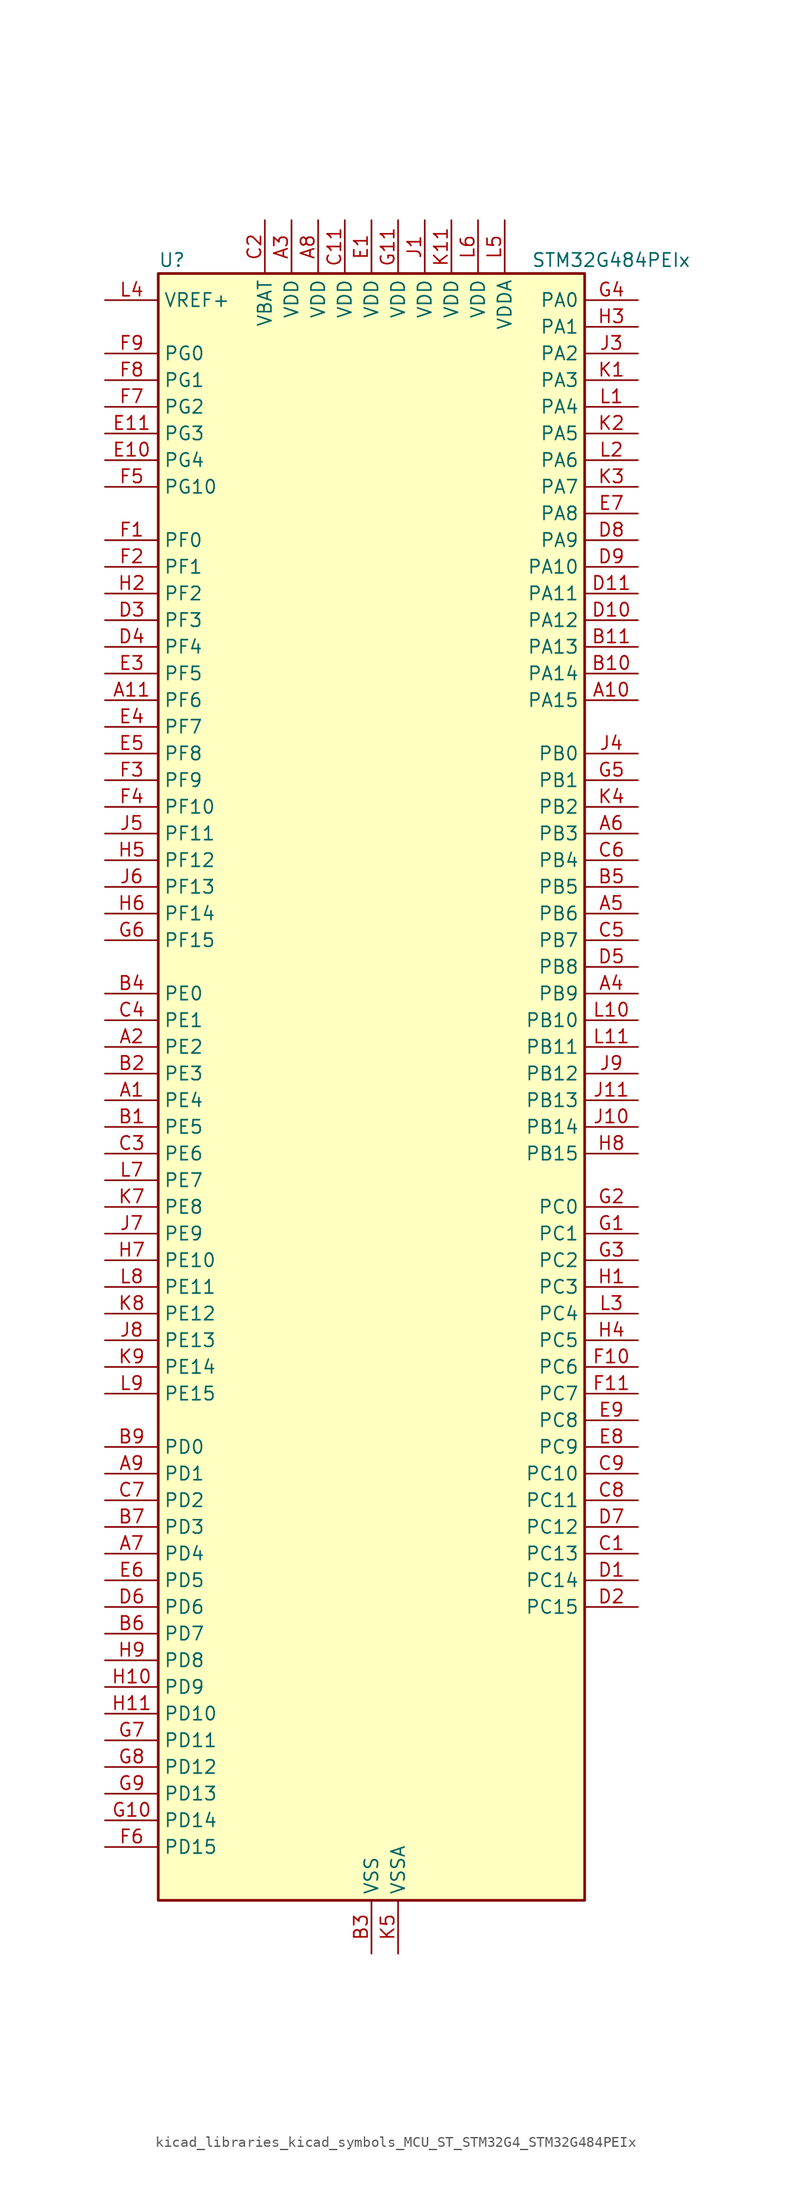
<source format=kicad_sym>
(kicad_symbol_lib
  (version 20220914)
  (generator kicad_symbol_editor)
  (symbol "kicad_libraries_kicad_symbols_MCU_ST_STM32G4_STM32G484PEIx"
    (property "Reference" "U"
      (at -20.32 80.01 0)
      (effects (font (size 1.27 1.27)) (justify left)))
    (property "Value" "STM32G484PEIx"
      (at 15.24 80.01 0)
      (effects (font (size 1.27 1.27)) (justify left)))
    (property "ki_locked" ""
      (at 0 0 0)
      (effects (font (size 1.27 1.27))))
    (symbol "kicad_libraries_kicad_symbols_MCU_ST_STM32G4_STM32G484PEIx_0_1"
      (rectangle (start -20.32 -76.2) (end 20.32 78.74) (stroke (width 0.254) (type default)) (fill (type background))))
    (symbol "kicad_libraries_kicad_symbols_MCU_ST_STM32G4_STM32G484PEIx_1_1"
      (pin bidirectional line (at -25.4 0 0) (length 5.08) (name "PE4" (effects (font (size 1.27 1.27)))) (number "A1" (effects (font (size 1.27 1.27)))) (alternate "FMC_A20" bidirectional line) (alternate "SAI1_D2" bidirectional line) (alternate "SAI1_FS_A" bidirectional line) (alternate "SPI4_NSS" bidirectional line) (alternate "SYS_TRACED1" bidirectional line) (alternate "TIM20_CH1N" bidirectional line) (alternate "TIM3_CH3" bidirectional line))
      (pin bidirectional line (at 25.4 38.1 180) (length 5.08) (name "PA15" (effects (font (size 1.27 1.27)))) (number "A10" (effects (font (size 1.27 1.27)))) (alternate "ADC1_EXTI15" bidirectional line) (alternate "ADC2_EXTI15" bidirectional line) (alternate "FDCAN3_TX" bidirectional line) (alternate "HRTIM1_FLT2" bidirectional line) (alternate "I2C1_SCL" bidirectional line) (alternate "I2S3_WS" bidirectional line) (alternate "SPI1_NSS" bidirectional line) (alternate "SPI3_NSS" bidirectional line) (alternate "SYS_JTDI" bidirectional line) (alternate "TIM1_BKIN" bidirectional line) (alternate "TIM2_CH1" bidirectional line) (alternate "TIM2_ETR" bidirectional line) (alternate "TIM8_CH1" bidirectional line) (alternate "UART4_DE" bidirectional line) (alternate "UART4_RTS" bidirectional line) (alternate "USART2_RX" bidirectional line))
      (pin bidirectional line (at -25.4 38.1 0) (length 5.08) (name "PF6" (effects (font (size 1.27 1.27)))) (number "A11" (effects (font (size 1.27 1.27)))) (alternate "I2C2_SCL" bidirectional line) (alternate "QUADSPI1_BK1_IO3" bidirectional line) (alternate "SAI1_SD_B" bidirectional line) (alternate "TIM4_CH4" bidirectional line) (alternate "TIM5_CH1" bidirectional line) (alternate "TIM5_ETR" bidirectional line) (alternate "USART3_RTS" bidirectional line))
      (pin bidirectional line (at -25.4 5.08 0) (length 5.08) (name "PE2" (effects (font (size 1.27 1.27)))) (number "A2" (effects (font (size 1.27 1.27)))) (alternate "ADC3_EXTI2" bidirectional line) (alternate "ADC4_EXTI2" bidirectional line) (alternate "ADC5_EXTI2" bidirectional line) (alternate "FMC_A23" bidirectional line) (alternate "SAI1_CK1" bidirectional line) (alternate "SAI1_MCLK_A" bidirectional line) (alternate "SPI4_SCK" bidirectional line) (alternate "SYS_TRACECLK" bidirectional line) (alternate "TIM20_CH1" bidirectional line) (alternate "TIM3_CH1" bidirectional line))
      (pin power_in line (at -7.62 83.82 270) (length 5.08) (name "VDD" (effects (font (size 1.27 1.27)))) (number "A3" (effects (font (size 1.27 1.27)))))
      (pin bidirectional line (at 25.4 10.16 180) (length 5.08) (name "PB9" (effects (font (size 1.27 1.27)))) (number "A4" (effects (font (size 1.27 1.27)))) (alternate "COMP2_OUT" bidirectional line) (alternate "DAC1_EXTI9" bidirectional line) (alternate "DAC2_EXTI9" bidirectional line) (alternate "DAC3_EXTI9" bidirectional line) (alternate "DAC4_EXTI9" bidirectional line) (alternate "FDCAN1_TX" bidirectional line) (alternate "HRTIM1_EEV5" bidirectional line) (alternate "I2C1_SDA" bidirectional line) (alternate "IR_OUT" bidirectional line) (alternate "SAI1_D2" bidirectional line) (alternate "SAI1_FS_A" bidirectional line) (alternate "TIM17_CH1" bidirectional line) (alternate "TIM1_CH3N" bidirectional line) (alternate "TIM4_CH4" bidirectional line) (alternate "TIM8_CH3" bidirectional line) (alternate "USART3_TX" bidirectional line))
      (pin bidirectional line (at 25.4 17.78 180) (length 5.08) (name "PB6" (effects (font (size 1.27 1.27)))) (number "A5" (effects (font (size 1.27 1.27)))) (alternate "COMP4_OUT" bidirectional line) (alternate "FDCAN2_TX" bidirectional line) (alternate "HRTIM1_EEV4" bidirectional line) (alternate "HRTIM1_SCIN" bidirectional line) (alternate "LPTIM1_ETR" bidirectional line) (alternate "SAI1_FS_B" bidirectional line) (alternate "TIM16_CH1N" bidirectional line) (alternate "TIM4_CH1" bidirectional line) (alternate "TIM8_BKIN2" bidirectional line) (alternate "TIM8_CH1" bidirectional line) (alternate "TIM8_ETR" bidirectional line) (alternate "UCPD1_CC1" bidirectional line) (alternate "USART1_TX" bidirectional line))
      (pin bidirectional line (at 25.4 25.4 180) (length 5.08) (name "PB3" (effects (font (size 1.27 1.27)))) (number "A6" (effects (font (size 1.27 1.27)))) (alternate "ADC3_EXTI3" bidirectional line) (alternate "ADC4_EXTI3" bidirectional line) (alternate "ADC5_EXTI3" bidirectional line) (alternate "CRS_SYNC" bidirectional line) (alternate "FDCAN3_RX" bidirectional line) (alternate "HRTIM1_EEV9" bidirectional line) (alternate "HRTIM1_SCOUT" bidirectional line) (alternate "I2S3_CK" bidirectional line) (alternate "SAI1_SCK_B" bidirectional line) (alternate "SPI1_SCK" bidirectional line) (alternate "SPI3_SCK" bidirectional line) (alternate "SYS_JTDO-SWO" bidirectional line) (alternate "TIM2_CH2" bidirectional line) (alternate "TIM3_ETR" bidirectional line) (alternate "TIM4_ETR" bidirectional line) (alternate "TIM8_CH1N" bidirectional line) (alternate "USART2_TX" bidirectional line))
      (pin bidirectional line (at -25.4 -43.18 0) (length 5.08) (name "PD4" (effects (font (size 1.27 1.27)))) (number "A7" (effects (font (size 1.27 1.27)))) (alternate "FMC_NOE" bidirectional line) (alternate "QUADSPI1_BK2_IO0" bidirectional line) (alternate "TIM2_CH2" bidirectional line) (alternate "USART2_DE" bidirectional line) (alternate "USART2_RTS" bidirectional line))
      (pin power_in line (at -5.08 83.82 270) (length 5.08) (name "VDD" (effects (font (size 1.27 1.27)))) (number "A8" (effects (font (size 1.27 1.27)))))
      (pin bidirectional line (at -25.4 -35.56 0) (length 5.08) (name "PD1" (effects (font (size 1.27 1.27)))) (number "A9" (effects (font (size 1.27 1.27)))) (alternate "FDCAN1_TX" bidirectional line) (alternate "FMC_D3" bidirectional line) (alternate "FMC_DA3" bidirectional line) (alternate "TIM8_BKIN2" bidirectional line) (alternate "TIM8_CH4" bidirectional line))
      (pin bidirectional line (at -25.4 -2.54 0) (length 5.08) (name "PE5" (effects (font (size 1.27 1.27)))) (number "B1" (effects (font (size 1.27 1.27)))) (alternate "FMC_A21" bidirectional line) (alternate "SAI1_CK2" bidirectional line) (alternate "SAI1_SCK_A" bidirectional line) (alternate "SPI4_MISO" bidirectional line) (alternate "SYS_TRACED2" bidirectional line) (alternate "TIM20_CH2N" bidirectional line) (alternate "TIM3_CH4" bidirectional line))
      (pin bidirectional line (at 25.4 40.64 180) (length 5.08) (name "PA14" (effects (font (size 1.27 1.27)))) (number "B10" (effects (font (size 1.27 1.27)))) (alternate "I2C1_SDA" bidirectional line) (alternate "I2C4_SMBA" bidirectional line) (alternate "LPTIM1_OUT" bidirectional line) (alternate "SAI1_FS_B" bidirectional line) (alternate "SYS_JTCK-SWCLK" bidirectional line) (alternate "TIM1_BKIN" bidirectional line) (alternate "TIM8_CH2" bidirectional line) (alternate "USART2_TX" bidirectional line))
      (pin bidirectional line (at 25.4 43.18 180) (length 5.08) (name "PA13" (effects (font (size 1.27 1.27)))) (number "B11" (effects (font (size 1.27 1.27)))) (alternate "I2C1_SCL" bidirectional line) (alternate "I2C4_SCL" bidirectional line) (alternate "IR_OUT" bidirectional line) (alternate "SAI1_SD_B" bidirectional line) (alternate "SYS_JTMS-SWDIO" bidirectional line) (alternate "TIM16_CH1N" bidirectional line) (alternate "TIM4_CH3" bidirectional line) (alternate "USART3_CTS" bidirectional line) (alternate "USART3_NSS" bidirectional line))
      (pin bidirectional line (at -25.4 2.54 0) (length 5.08) (name "PE3" (effects (font (size 1.27 1.27)))) (number "B2" (effects (font (size 1.27 1.27)))) (alternate "ADC3_EXTI3" bidirectional line) (alternate "ADC4_EXTI3" bidirectional line) (alternate "ADC5_EXTI3" bidirectional line) (alternate "FMC_A19" bidirectional line) (alternate "SAI1_SD_B" bidirectional line) (alternate "SPI4_NSS" bidirectional line) (alternate "SYS_TRACED0" bidirectional line) (alternate "TIM20_CH2" bidirectional line) (alternate "TIM3_CH2" bidirectional line))
      (pin power_in line (at 0 -81.28 90) (length 5.08) (name "VSS" (effects (font (size 1.27 1.27)))) (number "B3" (effects (font (size 1.27 1.27)))))
      (pin bidirectional line (at -25.4 10.16 0) (length 5.08) (name "PE0" (effects (font (size 1.27 1.27)))) (number "B4" (effects (font (size 1.27 1.27)))) (alternate "FMC_NBL0" bidirectional line) (alternate "TIM16_CH1" bidirectional line) (alternate "TIM20_CH4N" bidirectional line) (alternate "TIM20_ETR" bidirectional line) (alternate "TIM4_ETR" bidirectional line) (alternate "USART1_TX" bidirectional line))
      (pin bidirectional line (at 25.4 20.32 180) (length 5.08) (name "PB5" (effects (font (size 1.27 1.27)))) (number "B5" (effects (font (size 1.27 1.27)))) (alternate "FDCAN2_RX" bidirectional line) (alternate "HRTIM1_EEV6" bidirectional line) (alternate "I2C1_SMBA" bidirectional line) (alternate "I2C3_SDA" bidirectional line) (alternate "I2S3_SD" bidirectional line) (alternate "LPTIM1_IN1" bidirectional line) (alternate "SAI1_SD_B" bidirectional line) (alternate "SPI1_MOSI" bidirectional line) (alternate "SPI3_MOSI" bidirectional line) (alternate "TIM16_BKIN" bidirectional line) (alternate "TIM17_CH1" bidirectional line) (alternate "TIM3_CH2" bidirectional line) (alternate "TIM8_CH3N" bidirectional line) (alternate "UART5_CTS" bidirectional line) (alternate "USART2_CK" bidirectional line))
      (pin bidirectional line (at -25.4 -50.8 0) (length 5.08) (name "PD7" (effects (font (size 1.27 1.27)))) (number "B6" (effects (font (size 1.27 1.27)))) (alternate "FMC_NCE" bidirectional line) (alternate "FMC_NE1" bidirectional line) (alternate "QUADSPI1_BK2_IO3" bidirectional line) (alternate "TIM2_CH3" bidirectional line) (alternate "USART2_CK" bidirectional line))
      (pin bidirectional line (at -25.4 -40.64 0) (length 5.08) (name "PD3" (effects (font (size 1.27 1.27)))) (number "B7" (effects (font (size 1.27 1.27)))) (alternate "ADC3_EXTI3" bidirectional line) (alternate "ADC4_EXTI3" bidirectional line) (alternate "ADC5_EXTI3" bidirectional line) (alternate "FMC_CLK" bidirectional line) (alternate "QUADSPI1_BK2_NCS" bidirectional line) (alternate "TIM2_CH1" bidirectional line) (alternate "TIM2_ETR" bidirectional line) (alternate "USART2_CTS" bidirectional line) (alternate "USART2_NSS" bidirectional line))
      (pin passive line (at 0 -81.28 90) (length 5.08) hide (name "VSS" (effects (font (size 1.27 1.27)))) (number "B8" (effects (font (size 1.27 1.27)))))
      (pin bidirectional line (at -25.4 -33.02 0) (length 5.08) (name "PD0" (effects (font (size 1.27 1.27)))) (number "B9" (effects (font (size 1.27 1.27)))) (alternate "FDCAN1_RX" bidirectional line) (alternate "FMC_D2" bidirectional line) (alternate "FMC_DA2" bidirectional line) (alternate "TIM8_CH4N" bidirectional line))
      (pin bidirectional line (at 25.4 -43.18 180) (length 5.08) (name "PC13" (effects (font (size 1.27 1.27)))) (number "C1" (effects (font (size 1.27 1.27)))) (alternate "RTC_OUT1" bidirectional line) (alternate "RTC_TAMP1" bidirectional line) (alternate "RTC_TS" bidirectional line) (alternate "SYS_WKUP2" bidirectional line) (alternate "TIM1_BKIN" bidirectional line) (alternate "TIM1_CH1N" bidirectional line) (alternate "TIM8_CH4N" bidirectional line))
      (pin passive line (at 0 -81.28 90) (length 5.08) hide (name "VSS" (effects (font (size 1.27 1.27)))) (number "C10" (effects (font (size 1.27 1.27)))))
      (pin power_in line (at -2.54 83.82 270) (length 5.08) (name "VDD" (effects (font (size 1.27 1.27)))) (number "C11" (effects (font (size 1.27 1.27)))))
      (pin power_in line (at -10.16 83.82 270) (length 5.08) (name "VBAT" (effects (font (size 1.27 1.27)))) (number "C2" (effects (font (size 1.27 1.27)))))
      (pin bidirectional line (at -25.4 -5.08 0) (length 5.08) (name "PE6" (effects (font (size 1.27 1.27)))) (number "C3" (effects (font (size 1.27 1.27)))) (alternate "FMC_A22" bidirectional line) (alternate "RTC_TAMP3" bidirectional line) (alternate "SAI1_D1" bidirectional line) (alternate "SAI1_SD_A" bidirectional line) (alternate "SPI4_MOSI" bidirectional line) (alternate "SYS_TRACED3" bidirectional line) (alternate "SYS_WKUP3" bidirectional line) (alternate "TIM20_CH3N" bidirectional line))
      (pin bidirectional line (at -25.4 7.62 0) (length 5.08) (name "PE1" (effects (font (size 1.27 1.27)))) (number "C4" (effects (font (size 1.27 1.27)))) (alternate "FMC_NBL1" bidirectional line) (alternate "TIM17_CH1" bidirectional line) (alternate "TIM20_CH4" bidirectional line) (alternate "USART1_RX" bidirectional line))
      (pin bidirectional line (at 25.4 15.24 180) (length 5.08) (name "PB7" (effects (font (size 1.27 1.27)))) (number "C5" (effects (font (size 1.27 1.27)))) (alternate "COMP3_OUT" bidirectional line) (alternate "FMC_NL" bidirectional line) (alternate "HRTIM1_EEV3" bidirectional line) (alternate "I2C1_SDA" bidirectional line) (alternate "I2C4_SDA" bidirectional line) (alternate "LPTIM1_IN2" bidirectional line) (alternate "SYS_PVD_IN" bidirectional line) (alternate "TIM17_CH1N" bidirectional line) (alternate "TIM3_CH4" bidirectional line) (alternate "TIM4_CH2" bidirectional line) (alternate "TIM8_BKIN" bidirectional line) (alternate "UART4_CTS" bidirectional line) (alternate "USART1_RX" bidirectional line))
      (pin bidirectional line (at 25.4 22.86 180) (length 5.08) (name "PB4" (effects (font (size 1.27 1.27)))) (number "C6" (effects (font (size 1.27 1.27)))) (alternate "FDCAN3_TX" bidirectional line) (alternate "HRTIM1_EEV7" bidirectional line) (alternate "SAI1_MCLK_B" bidirectional line) (alternate "SPI1_MISO" bidirectional line) (alternate "SPI3_MISO" bidirectional line) (alternate "SYS_JTRST" bidirectional line) (alternate "TIM16_CH1" bidirectional line) (alternate "TIM17_BKIN" bidirectional line) (alternate "TIM3_CH1" bidirectional line) (alternate "TIM8_CH2N" bidirectional line) (alternate "UART5_DE" bidirectional line) (alternate "UART5_RTS" bidirectional line) (alternate "UCPD1_CC2" bidirectional line) (alternate "USART2_RX" bidirectional line))
      (pin bidirectional line (at -25.4 -38.1 0) (length 5.08) (name "PD2" (effects (font (size 1.27 1.27)))) (number "C7" (effects (font (size 1.27 1.27)))) (alternate "ADC3_EXTI2" bidirectional line) (alternate "ADC4_EXTI2" bidirectional line) (alternate "ADC5_EXTI2" bidirectional line) (alternate "TIM3_ETR" bidirectional line) (alternate "TIM8_BKIN" bidirectional line) (alternate "UART5_RX" bidirectional line))
      (pin bidirectional line (at 25.4 -38.1 180) (length 5.08) (name "PC11" (effects (font (size 1.27 1.27)))) (number "C8" (effects (font (size 1.27 1.27)))) (alternate "ADC1_EXTI11" bidirectional line) (alternate "ADC2_EXTI11" bidirectional line) (alternate "HRTIM1_EEV2" bidirectional line) (alternate "I2C3_SDA" bidirectional line) (alternate "SPI3_MISO" bidirectional line) (alternate "TIM8_CH2N" bidirectional line) (alternate "UART4_RX" bidirectional line) (alternate "USART3_RX" bidirectional line))
      (pin bidirectional line (at 25.4 -35.56 180) (length 5.08) (name "PC10" (effects (font (size 1.27 1.27)))) (number "C9" (effects (font (size 1.27 1.27)))) (alternate "DAC1_EXTI10" bidirectional line) (alternate "DAC2_EXTI10" bidirectional line) (alternate "DAC3_EXTI10" bidirectional line) (alternate "DAC4_EXTI10" bidirectional line) (alternate "HRTIM1_FLT6" bidirectional line) (alternate "I2S3_CK" bidirectional line) (alternate "SPI3_SCK" bidirectional line) (alternate "TIM8_CH1N" bidirectional line) (alternate "UART4_TX" bidirectional line) (alternate "USART3_TX" bidirectional line))
      (pin bidirectional line (at 25.4 -45.72 180) (length 5.08) (name "PC14" (effects (font (size 1.27 1.27)))) (number "D1" (effects (font (size 1.27 1.27)))) (alternate "RCC_OSC32_IN" bidirectional line))
      (pin bidirectional line (at 25.4 45.72 180) (length 5.08) (name "PA12" (effects (font (size 1.27 1.27)))) (number "D10" (effects (font (size 1.27 1.27)))) (alternate "COMP2_OUT" bidirectional line) (alternate "FDCAN1_TX" bidirectional line) (alternate "HRTIM1_FLT1" bidirectional line) (alternate "I2S_CKIN" bidirectional line) (alternate "TIM16_CH1" bidirectional line) (alternate "TIM1_CH2N" bidirectional line) (alternate "TIM1_ETR" bidirectional line) (alternate "TIM4_CH2" bidirectional line) (alternate "USART1_DE" bidirectional line) (alternate "USART1_RTS" bidirectional line) (alternate "USB_DP" bidirectional line))
      (pin bidirectional line (at 25.4 48.26 180) (length 5.08) (name "PA11" (effects (font (size 1.27 1.27)))) (number "D11" (effects (font (size 1.27 1.27)))) (alternate "ADC1_EXTI11" bidirectional line) (alternate "ADC2_EXTI11" bidirectional line) (alternate "COMP1_OUT" bidirectional line) (alternate "FDCAN1_RX" bidirectional line) (alternate "HRTIM1_CHB2" bidirectional line) (alternate "I2S2_SD" bidirectional line) (alternate "SPI2_MOSI" bidirectional line) (alternate "TIM1_BKIN2" bidirectional line) (alternate "TIM1_CH1N" bidirectional line) (alternate "TIM1_CH4" bidirectional line) (alternate "TIM4_CH1" bidirectional line) (alternate "USART1_CTS" bidirectional line) (alternate "USART1_NSS" bidirectional line) (alternate "USB_DM" bidirectional line))
      (pin bidirectional line (at 25.4 -48.26 180) (length 5.08) (name "PC15" (effects (font (size 1.27 1.27)))) (number "D2" (effects (font (size 1.27 1.27)))) (alternate "ADC1_EXTI15" bidirectional line) (alternate "ADC2_EXTI15" bidirectional line) (alternate "RCC_OSC32_OUT" bidirectional line))
      (pin bidirectional line (at -25.4 45.72 0) (length 5.08) (name "PF3" (effects (font (size 1.27 1.27)))) (number "D3" (effects (font (size 1.27 1.27)))) (alternate "ADC3_EXTI3" bidirectional line) (alternate "ADC4_EXTI3" bidirectional line) (alternate "ADC5_EXTI3" bidirectional line) (alternate "FMC_A3" bidirectional line) (alternate "I2C3_SCL" bidirectional line) (alternate "TIM20_CH4" bidirectional line))
      (pin bidirectional line (at -25.4 43.18 0) (length 5.08) (name "PF4" (effects (font (size 1.27 1.27)))) (number "D4" (effects (font (size 1.27 1.27)))) (alternate "COMP1_OUT" bidirectional line) (alternate "FMC_A4" bidirectional line) (alternate "I2C3_SDA" bidirectional line) (alternate "TIM20_CH1N" bidirectional line))
      (pin bidirectional line (at 25.4 12.7 180) (length 5.08) (name "PB8" (effects (font (size 1.27 1.27)))) (number "D5" (effects (font (size 1.27 1.27)))) (alternate "COMP1_OUT" bidirectional line) (alternate "FDCAN1_RX" bidirectional line) (alternate "HRTIM1_EEV8" bidirectional line) (alternate "I2C1_SCL" bidirectional line) (alternate "SAI1_CK1" bidirectional line) (alternate "SAI1_MCLK_A" bidirectional line) (alternate "TIM16_CH1" bidirectional line) (alternate "TIM1_BKIN" bidirectional line) (alternate "TIM4_CH3" bidirectional line) (alternate "TIM8_CH2" bidirectional line) (alternate "USART3_RX" bidirectional line))
      (pin bidirectional line (at -25.4 -48.26 0) (length 5.08) (name "PD6" (effects (font (size 1.27 1.27)))) (number "D6" (effects (font (size 1.27 1.27)))) (alternate "FMC_NWAIT" bidirectional line) (alternate "QUADSPI1_BK2_IO2" bidirectional line) (alternate "SAI1_D1" bidirectional line) (alternate "SAI1_SD_A" bidirectional line) (alternate "TIM2_CH4" bidirectional line) (alternate "USART2_RX" bidirectional line))
      (pin bidirectional line (at 25.4 -40.64 180) (length 5.08) (name "PC12" (effects (font (size 1.27 1.27)))) (number "D7" (effects (font (size 1.27 1.27)))) (alternate "HRTIM1_EEV1" bidirectional line) (alternate "I2S3_SD" bidirectional line) (alternate "SPI3_MOSI" bidirectional line) (alternate "TIM5_CH2" bidirectional line) (alternate "TIM8_CH3N" bidirectional line) (alternate "UART5_TX" bidirectional line) (alternate "UCPD1_FRSTX1" bidirectional line) (alternate "UCPD1_FRSTX2" bidirectional line) (alternate "USART3_CK" bidirectional line))
      (pin bidirectional line (at 25.4 53.34 180) (length 5.08) (name "PA9" (effects (font (size 1.27 1.27)))) (number "D8" (effects (font (size 1.27 1.27)))) (alternate "ADC5_IN2" bidirectional line) (alternate "COMP5_OUT" bidirectional line) (alternate "DAC1_EXTI9" bidirectional line) (alternate "DAC2_EXTI9" bidirectional line) (alternate "DAC3_EXTI9" bidirectional line) (alternate "DAC4_EXTI9" bidirectional line) (alternate "HRTIM1_CHA2" bidirectional line) (alternate "I2C2_SCL" bidirectional line) (alternate "I2C3_SMBA" bidirectional line) (alternate "I2S3_MCK" bidirectional line) (alternate "SAI1_FS_A" bidirectional line) (alternate "TIM15_BKIN" bidirectional line) (alternate "TIM1_CH2" bidirectional line) (alternate "TIM2_CH3" bidirectional line) (alternate "UCPD1_DBCC1" bidirectional line) (alternate "USART1_TX" bidirectional line))
      (pin bidirectional line (at 25.4 50.8 180) (length 5.08) (name "PA10" (effects (font (size 1.27 1.27)))) (number "D9" (effects (font (size 1.27 1.27)))) (alternate "COMP6_OUT" bidirectional line) (alternate "CRS_SYNC" bidirectional line) (alternate "DAC1_EXTI10" bidirectional line) (alternate "DAC2_EXTI10" bidirectional line) (alternate "DAC3_EXTI10" bidirectional line) (alternate "DAC4_EXTI10" bidirectional line) (alternate "HRTIM1_CHB1" bidirectional line) (alternate "I2C2_SMBA" bidirectional line) (alternate "SAI1_D1" bidirectional line) (alternate "SAI1_SD_A" bidirectional line) (alternate "SPI2_MISO" bidirectional line) (alternate "TIM17_BKIN" bidirectional line) (alternate "TIM1_CH3" bidirectional line) (alternate "TIM2_CH4" bidirectional line) (alternate "TIM8_BKIN" bidirectional line) (alternate "UCPD1_DBCC2" bidirectional line) (alternate "USART1_RX" bidirectional line))
      (pin power_in line (at 0 83.82 270) (length 5.08) (name "VDD" (effects (font (size 1.27 1.27)))) (number "E1" (effects (font (size 1.27 1.27)))))
      (pin bidirectional line (at -25.4 60.96 0) (length 5.08) (name "PG4" (effects (font (size 1.27 1.27)))) (number "E10" (effects (font (size 1.27 1.27)))) (alternate "FMC_A14" bidirectional line) (alternate "I2C4_SDA" bidirectional line) (alternate "SPI1_MOSI" bidirectional line) (alternate "TIM20_BKIN2" bidirectional line))
      (pin bidirectional line (at -25.4 63.5 0) (length 5.08) (name "PG3" (effects (font (size 1.27 1.27)))) (number "E11" (effects (font (size 1.27 1.27)))) (alternate "ADC3_EXTI3" bidirectional line) (alternate "ADC4_EXTI3" bidirectional line) (alternate "ADC5_EXTI3" bidirectional line) (alternate "FMC_A13" bidirectional line) (alternate "I2C4_SCL" bidirectional line) (alternate "SPI1_MISO" bidirectional line) (alternate "TIM20_BKIN" bidirectional line) (alternate "TIM20_CH4N" bidirectional line))
      (pin passive line (at 0 -81.28 90) (length 5.08) hide (name "VSS" (effects (font (size 1.27 1.27)))) (number "E2" (effects (font (size 1.27 1.27)))))
      (pin bidirectional line (at -25.4 40.64 0) (length 5.08) (name "PF5" (effects (font (size 1.27 1.27)))) (number "E3" (effects (font (size 1.27 1.27)))) (alternate "FMC_A5" bidirectional line) (alternate "TIM20_CH2N" bidirectional line))
      (pin bidirectional line (at -25.4 35.56 0) (length 5.08) (name "PF7" (effects (font (size 1.27 1.27)))) (number "E4" (effects (font (size 1.27 1.27)))) (alternate "FMC_A1" bidirectional line) (alternate "QUADSPI1_BK1_IO2" bidirectional line) (alternate "SAI1_MCLK_B" bidirectional line) (alternate "TIM20_BKIN" bidirectional line) (alternate "TIM5_CH2" bidirectional line))
      (pin bidirectional line (at -25.4 33.02 0) (length 5.08) (name "PF8" (effects (font (size 1.27 1.27)))) (number "E5" (effects (font (size 1.27 1.27)))) (alternate "FMC_A24" bidirectional line) (alternate "QUADSPI1_BK1_IO0" bidirectional line) (alternate "SAI1_SCK_B" bidirectional line) (alternate "TIM20_BKIN2" bidirectional line) (alternate "TIM5_CH3" bidirectional line))
      (pin bidirectional line (at -25.4 -45.72 0) (length 5.08) (name "PD5" (effects (font (size 1.27 1.27)))) (number "E6" (effects (font (size 1.27 1.27)))) (alternate "FMC_NWE" bidirectional line) (alternate "QUADSPI1_BK2_IO1" bidirectional line) (alternate "USART2_TX" bidirectional line))
      (pin bidirectional line (at 25.4 55.88 180) (length 5.08) (name "PA8" (effects (font (size 1.27 1.27)))) (number "E7" (effects (font (size 1.27 1.27)))) (alternate "ADC5_IN1" bidirectional line) (alternate "COMP7_OUT" bidirectional line) (alternate "FDCAN3_RX" bidirectional line) (alternate "HRTIM1_CHA1" bidirectional line) (alternate "I2C2_SDA" bidirectional line) (alternate "I2C3_SCL" bidirectional line) (alternate "I2S2_MCK" bidirectional line) (alternate "OPAMP5_VOUT" bidirectional line) (alternate "RCC_MCO" bidirectional line) (alternate "SAI1_CK2" bidirectional line) (alternate "SAI1_SCK_A" bidirectional line) (alternate "TIM1_CH1" bidirectional line) (alternate "TIM4_ETR" bidirectional line) (alternate "USART1_CK" bidirectional line))
      (pin bidirectional line (at 25.4 -33.02 180) (length 5.08) (name "PC9" (effects (font (size 1.27 1.27)))) (number "E8" (effects (font (size 1.27 1.27)))) (alternate "DAC1_EXTI9" bidirectional line) (alternate "DAC2_EXTI9" bidirectional line) (alternate "DAC3_EXTI9" bidirectional line) (alternate "DAC4_EXTI9" bidirectional line) (alternate "HRTIM1_CHE2" bidirectional line) (alternate "I2C3_SDA" bidirectional line) (alternate "I2S_CKIN" bidirectional line) (alternate "TIM3_CH4" bidirectional line) (alternate "TIM8_BKIN2" bidirectional line) (alternate "TIM8_CH4" bidirectional line))
      (pin bidirectional line (at 25.4 -30.48 180) (length 5.08) (name "PC8" (effects (font (size 1.27 1.27)))) (number "E9" (effects (font (size 1.27 1.27)))) (alternate "COMP7_OUT" bidirectional line) (alternate "HRTIM1_CHE1" bidirectional line) (alternate "I2C3_SCL" bidirectional line) (alternate "TIM20_CH3" bidirectional line) (alternate "TIM3_CH3" bidirectional line) (alternate "TIM8_CH3" bidirectional line))
      (pin bidirectional line (at -25.4 53.34 0) (length 5.08) (name "PF0" (effects (font (size 1.27 1.27)))) (number "F1" (effects (font (size 1.27 1.27)))) (alternate "ADC1_IN10" bidirectional line) (alternate "I2C2_SDA" bidirectional line) (alternate "I2S2_WS" bidirectional line) (alternate "RCC_OSC_IN" bidirectional line) (alternate "SPI2_NSS" bidirectional line) (alternate "TIM1_CH3N" bidirectional line))
      (pin bidirectional line (at 25.4 -25.4 180) (length 5.08) (name "PC6" (effects (font (size 1.27 1.27)))) (number "F10" (effects (font (size 1.27 1.27)))) (alternate "COMP6_OUT" bidirectional line) (alternate "HRTIM1_CHF1" bidirectional line) (alternate "HRTIM1_EEV10" bidirectional line) (alternate "I2C4_SCL" bidirectional line) (alternate "I2S2_MCK" bidirectional line) (alternate "TIM3_CH1" bidirectional line) (alternate "TIM8_CH1" bidirectional line))
      (pin bidirectional line (at 25.4 -27.94 180) (length 5.08) (name "PC7" (effects (font (size 1.27 1.27)))) (number "F11" (effects (font (size 1.27 1.27)))) (alternate "COMP5_OUT" bidirectional line) (alternate "HRTIM1_CHF2" bidirectional line) (alternate "HRTIM1_FLT5" bidirectional line) (alternate "I2C4_SDA" bidirectional line) (alternate "I2S3_MCK" bidirectional line) (alternate "TIM3_CH2" bidirectional line) (alternate "TIM8_CH2" bidirectional line))
      (pin bidirectional line (at -25.4 50.8 0) (length 5.08) (name "PF1" (effects (font (size 1.27 1.27)))) (number "F2" (effects (font (size 1.27 1.27)))) (alternate "ADC2_IN10" bidirectional line) (alternate "COMP3_INM" bidirectional line) (alternate "I2S2_CK" bidirectional line) (alternate "RCC_OSC_OUT" bidirectional line) (alternate "SPI2_SCK" bidirectional line))
      (pin bidirectional line (at -25.4 30.48 0) (length 5.08) (name "PF9" (effects (font (size 1.27 1.27)))) (number "F3" (effects (font (size 1.27 1.27)))) (alternate "DAC1_EXTI9" bidirectional line) (alternate "DAC2_EXTI9" bidirectional line) (alternate "DAC3_EXTI9" bidirectional line) (alternate "DAC4_EXTI9" bidirectional line) (alternate "FMC_A25" bidirectional line) (alternate "QUADSPI1_BK1_IO1" bidirectional line) (alternate "SAI1_FS_B" bidirectional line) (alternate "SPI2_SCK" bidirectional line) (alternate "TIM15_CH1" bidirectional line) (alternate "TIM20_BKIN" bidirectional line) (alternate "TIM5_CH4" bidirectional line))
      (pin bidirectional line (at -25.4 27.94 0) (length 5.08) (name "PF10" (effects (font (size 1.27 1.27)))) (number "F4" (effects (font (size 1.27 1.27)))) (alternate "DAC1_EXTI10" bidirectional line) (alternate "DAC2_EXTI10" bidirectional line) (alternate "DAC3_EXTI10" bidirectional line) (alternate "DAC4_EXTI10" bidirectional line) (alternate "FMC_A0" bidirectional line) (alternate "QUADSPI1_CLK" bidirectional line) (alternate "SAI1_D3" bidirectional line) (alternate "SPI2_SCK" bidirectional line) (alternate "TIM15_CH2" bidirectional line) (alternate "TIM20_BKIN2" bidirectional line))
      (pin bidirectional line (at -25.4 58.42 0) (length 5.08) (name "PG10" (effects (font (size 1.27 1.27)))) (number "F5" (effects (font (size 1.27 1.27)))) (alternate "DAC1_EXTI10" bidirectional line) (alternate "DAC2_EXTI10" bidirectional line) (alternate "DAC3_EXTI10" bidirectional line) (alternate "DAC4_EXTI10" bidirectional line) (alternate "RCC_MCO" bidirectional line))
      (pin bidirectional line (at -25.4 -71.12 0) (length 5.08) (name "PD15" (effects (font (size 1.27 1.27)))) (number "F6" (effects (font (size 1.27 1.27)))) (alternate "ADC1_EXTI15" bidirectional line) (alternate "ADC2_EXTI15" bidirectional line) (alternate "COMP7_INM" bidirectional line) (alternate "FMC_D1" bidirectional line) (alternate "FMC_DA1" bidirectional line) (alternate "SPI2_NSS" bidirectional line) (alternate "TIM4_CH4" bidirectional line))
      (pin bidirectional line (at -25.4 66.04 0) (length 5.08) (name "PG2" (effects (font (size 1.27 1.27)))) (number "F7" (effects (font (size 1.27 1.27)))) (alternate "ADC3_EXTI2" bidirectional line) (alternate "ADC4_EXTI2" bidirectional line) (alternate "ADC5_EXTI2" bidirectional line) (alternate "FMC_A12" bidirectional line) (alternate "SPI1_SCK" bidirectional line) (alternate "TIM20_CH3N" bidirectional line))
      (pin bidirectional line (at -25.4 68.58 0) (length 5.08) (name "PG1" (effects (font (size 1.27 1.27)))) (number "F8" (effects (font (size 1.27 1.27)))) (alternate "FMC_A11" bidirectional line) (alternate "TIM20_CH2N" bidirectional line))
      (pin bidirectional line (at -25.4 71.12 0) (length 5.08) (name "PG0" (effects (font (size 1.27 1.27)))) (number "F9" (effects (font (size 1.27 1.27)))) (alternate "FMC_A10" bidirectional line) (alternate "TIM20_CH1N" bidirectional line))
      (pin bidirectional line (at 25.4 -12.7 180) (length 5.08) (name "PC1" (effects (font (size 1.27 1.27)))) (number "G1" (effects (font (size 1.27 1.27)))) (alternate "ADC1_IN7" bidirectional line) (alternate "ADC2_IN7" bidirectional line) (alternate "COMP3_INP" bidirectional line) (alternate "LPTIM1_OUT" bidirectional line) (alternate "LPUART1_TX" bidirectional line) (alternate "QUADSPI1_BK2_IO0" bidirectional line) (alternate "SAI1_SD_A" bidirectional line) (alternate "TIM1_CH2" bidirectional line))
      (pin bidirectional line (at -25.4 -68.58 0) (length 5.08) (name "PD14" (effects (font (size 1.27 1.27)))) (number "G10" (effects (font (size 1.27 1.27)))) (alternate "ADC3_IN11" bidirectional line) (alternate "ADC4_IN11" bidirectional line) (alternate "ADC5_IN11" bidirectional line) (alternate "COMP7_INP" bidirectional line) (alternate "FMC_D0" bidirectional line) (alternate "FMC_DA0" bidirectional line) (alternate "OPAMP2_VINP" bidirectional line) (alternate "OPAMP2_VINP_SEC" bidirectional line) (alternate "TIM4_CH3" bidirectional line))
      (pin power_in line (at 2.54 83.82 270) (length 5.08) (name "VDD" (effects (font (size 1.27 1.27)))) (number "G11" (effects (font (size 1.27 1.27)))))
      (pin bidirectional line (at 25.4 -10.16 180) (length 5.08) (name "PC0" (effects (font (size 1.27 1.27)))) (number "G2" (effects (font (size 1.27 1.27)))) (alternate "ADC1_IN6" bidirectional line) (alternate "ADC2_IN6" bidirectional line) (alternate "COMP3_INM" bidirectional line) (alternate "LPTIM1_IN1" bidirectional line) (alternate "LPUART1_RX" bidirectional line) (alternate "TIM1_CH1" bidirectional line))
      (pin bidirectional line (at 25.4 -15.24 180) (length 5.08) (name "PC2" (effects (font (size 1.27 1.27)))) (number "G3" (effects (font (size 1.27 1.27)))) (alternate "ADC1_IN8" bidirectional line) (alternate "ADC2_IN8" bidirectional line) (alternate "ADC3_EXTI2" bidirectional line) (alternate "ADC4_EXTI2" bidirectional line) (alternate "ADC5_EXTI2" bidirectional line) (alternate "COMP3_OUT" bidirectional line) (alternate "LPTIM1_IN2" bidirectional line) (alternate "QUADSPI1_BK2_IO1" bidirectional line) (alternate "TIM1_CH3" bidirectional line) (alternate "TIM20_CH2" bidirectional line))
      (pin bidirectional line (at 25.4 76.2 180) (length 5.08) (name "PA0" (effects (font (size 1.27 1.27)))) (number "G4" (effects (font (size 1.27 1.27)))) (alternate "ADC1_IN1" bidirectional line) (alternate "ADC2_IN1" bidirectional line) (alternate "COMP1_INM" bidirectional line) (alternate "COMP1_OUT" bidirectional line) (alternate "COMP3_INP" bidirectional line) (alternate "RTC_TAMP2" bidirectional line) (alternate "SYS_WKUP1" bidirectional line) (alternate "TIM2_CH1" bidirectional line) (alternate "TIM2_ETR" bidirectional line) (alternate "TIM5_CH1" bidirectional line) (alternate "TIM8_BKIN" bidirectional line) (alternate "TIM8_ETR" bidirectional line) (alternate "USART2_CTS" bidirectional line) (alternate "USART2_NSS" bidirectional line))
      (pin bidirectional line (at 25.4 30.48 180) (length 5.08) (name "PB1" (effects (font (size 1.27 1.27)))) (number "G5" (effects (font (size 1.27 1.27)))) (alternate "ADC1_IN12" bidirectional line) (alternate "ADC3_IN1" bidirectional line) (alternate "COMP1_INP" bidirectional line) (alternate "COMP4_OUT" bidirectional line) (alternate "HRTIM1_SCOUT" bidirectional line) (alternate "LPUART1_DE" bidirectional line) (alternate "LPUART1_RTS" bidirectional line) (alternate "OPAMP3_VOUT" bidirectional line) (alternate "OPAMP6_VINM" bidirectional line) (alternate "OPAMP6_VINM1" bidirectional line) (alternate "OPAMP6_VINM_SEC" bidirectional line) (alternate "QUADSPI1_BK1_IO0" bidirectional line) (alternate "TIM1_CH3N" bidirectional line) (alternate "TIM3_CH4" bidirectional line) (alternate "TIM8_CH3N" bidirectional line))
      (pin bidirectional line (at -25.4 15.24 0) (length 5.08) (name "PF15" (effects (font (size 1.27 1.27)))) (number "G6" (effects (font (size 1.27 1.27)))) (alternate "ADC1_EXTI15" bidirectional line) (alternate "ADC2_EXTI15" bidirectional line) (alternate "FMC_A9" bidirectional line) (alternate "I2C4_SDA" bidirectional line) (alternate "TIM20_CH4" bidirectional line))
      (pin bidirectional line (at -25.4 -60.96 0) (length 5.08) (name "PD11" (effects (font (size 1.27 1.27)))) (number "G7" (effects (font (size 1.27 1.27)))) (alternate "ADC1_EXTI11" bidirectional line) (alternate "ADC2_EXTI11" bidirectional line) (alternate "ADC3_IN8" bidirectional line) (alternate "ADC4_IN8" bidirectional line) (alternate "ADC5_IN8" bidirectional line) (alternate "COMP6_INP" bidirectional line) (alternate "FMC_A16" bidirectional line) (alternate "FMC_CLE" bidirectional line) (alternate "I2C4_SMBA" bidirectional line) (alternate "OPAMP4_VINP" bidirectional line) (alternate "OPAMP4_VINP_SEC" bidirectional line) (alternate "TIM5_ETR" bidirectional line) (alternate "USART3_CTS" bidirectional line) (alternate "USART3_NSS" bidirectional line))
      (pin bidirectional line (at -25.4 -63.5 0) (length 5.08) (name "PD12" (effects (font (size 1.27 1.27)))) (number "G8" (effects (font (size 1.27 1.27)))) (alternate "ADC3_IN9" bidirectional line) (alternate "ADC4_IN9" bidirectional line) (alternate "ADC5_IN9" bidirectional line) (alternate "COMP5_INP" bidirectional line) (alternate "FMC_A17" bidirectional line) (alternate "FMC_ALE" bidirectional line) (alternate "OPAMP5_VINP" bidirectional line) (alternate "OPAMP5_VINP_SEC" bidirectional line) (alternate "TIM4_CH1" bidirectional line) (alternate "USART3_DE" bidirectional line) (alternate "USART3_RTS" bidirectional line))
      (pin bidirectional line (at -25.4 -66.04 0) (length 5.08) (name "PD13" (effects (font (size 1.27 1.27)))) (number "G9" (effects (font (size 1.27 1.27)))) (alternate "ADC3_IN10" bidirectional line) (alternate "ADC4_IN10" bidirectional line) (alternate "ADC5_IN10" bidirectional line) (alternate "COMP5_INM" bidirectional line) (alternate "FMC_A18" bidirectional line) (alternate "TIM4_CH2" bidirectional line))
      (pin bidirectional line (at 25.4 -17.78 180) (length 5.08) (name "PC3" (effects (font (size 1.27 1.27)))) (number "H1" (effects (font (size 1.27 1.27)))) (alternate "ADC1_IN9" bidirectional line) (alternate "ADC2_IN9" bidirectional line) (alternate "ADC3_EXTI3" bidirectional line) (alternate "ADC4_EXTI3" bidirectional line) (alternate "ADC5_EXTI3" bidirectional line) (alternate "LPTIM1_ETR" bidirectional line) (alternate "OPAMP5_VINP" bidirectional line) (alternate "OPAMP5_VINP_SEC" bidirectional line) (alternate "QUADSPI1_BK2_IO2" bidirectional line) (alternate "SAI1_D1" bidirectional line) (alternate "SAI1_SD_A" bidirectional line) (alternate "TIM1_BKIN2" bidirectional line) (alternate "TIM1_CH4" bidirectional line))
      (pin bidirectional line (at -25.4 -55.88 0) (length 5.08) (name "PD9" (effects (font (size 1.27 1.27)))) (number "H10" (effects (font (size 1.27 1.27)))) (alternate "ADC4_IN13" bidirectional line) (alternate "ADC5_IN13" bidirectional line) (alternate "DAC1_EXTI9" bidirectional line) (alternate "DAC2_EXTI9" bidirectional line) (alternate "DAC3_EXTI9" bidirectional line) (alternate "DAC4_EXTI9" bidirectional line) (alternate "FMC_D14" bidirectional line) (alternate "FMC_DA14" bidirectional line) (alternate "OPAMP6_VINP" bidirectional line) (alternate "OPAMP6_VINP_SEC" bidirectional line) (alternate "USART3_RX" bidirectional line))
      (pin bidirectional line (at -25.4 -58.42 0) (length 5.08) (name "PD10" (effects (font (size 1.27 1.27)))) (number "H11" (effects (font (size 1.27 1.27)))) (alternate "ADC3_IN7" bidirectional line) (alternate "ADC4_IN7" bidirectional line) (alternate "ADC5_IN7" bidirectional line) (alternate "COMP6_INM" bidirectional line) (alternate "DAC1_EXTI10" bidirectional line) (alternate "DAC2_EXTI10" bidirectional line) (alternate "DAC3_EXTI10" bidirectional line) (alternate "DAC4_EXTI10" bidirectional line) (alternate "FMC_D15" bidirectional line) (alternate "FMC_DA15" bidirectional line) (alternate "USART3_CK" bidirectional line))
      (pin bidirectional line (at -25.4 48.26 0) (length 5.08) (name "PF2" (effects (font (size 1.27 1.27)))) (number "H2" (effects (font (size 1.27 1.27)))) (alternate "ADC3_EXTI2" bidirectional line) (alternate "ADC4_EXTI2" bidirectional line) (alternate "ADC5_EXTI2" bidirectional line) (alternate "FMC_A2" bidirectional line) (alternate "I2C2_SMBA" bidirectional line) (alternate "TIM20_CH3" bidirectional line))
      (pin bidirectional line (at 25.4 73.66 180) (length 5.08) (name "PA1" (effects (font (size 1.27 1.27)))) (number "H3" (effects (font (size 1.27 1.27)))) (alternate "ADC1_IN2" bidirectional line) (alternate "ADC2_IN2" bidirectional line) (alternate "COMP1_INP" bidirectional line) (alternate "OPAMP1_VINP" bidirectional line) (alternate "OPAMP1_VINP_SEC" bidirectional line) (alternate "OPAMP3_VINP" bidirectional line) (alternate "OPAMP3_VINP_SEC" bidirectional line) (alternate "OPAMP6_VINM" bidirectional line) (alternate "OPAMP6_VINM0" bidirectional line) (alternate "OPAMP6_VINM_SEC" bidirectional line) (alternate "RTC_REFIN" bidirectional line) (alternate "TIM15_CH1N" bidirectional line) (alternate "TIM2_CH2" bidirectional line) (alternate "TIM5_CH2" bidirectional line) (alternate "USART2_DE" bidirectional line) (alternate "USART2_RTS" bidirectional line))
      (pin bidirectional line (at 25.4 -22.86 180) (length 5.08) (name "PC5" (effects (font (size 1.27 1.27)))) (number "H4" (effects (font (size 1.27 1.27)))) (alternate "ADC2_IN11" bidirectional line) (alternate "HRTIM1_EEV10" bidirectional line) (alternate "OPAMP1_VINM" bidirectional line) (alternate "OPAMP1_VINM1" bidirectional line) (alternate "OPAMP1_VINM_SEC" bidirectional line) (alternate "OPAMP2_VINM" bidirectional line) (alternate "OPAMP2_VINM1" bidirectional line) (alternate "OPAMP2_VINM_SEC" bidirectional line) (alternate "SAI1_D3" bidirectional line) (alternate "SYS_WKUP5" bidirectional line) (alternate "TIM15_BKIN" bidirectional line) (alternate "TIM1_CH4N" bidirectional line) (alternate "USART1_RX" bidirectional line))
      (pin bidirectional line (at -25.4 22.86 0) (length 5.08) (name "PF12" (effects (font (size 1.27 1.27)))) (number "H5" (effects (font (size 1.27 1.27)))) (alternate "FMC_A6" bidirectional line) (alternate "TIM20_CH1" bidirectional line))
      (pin bidirectional line (at -25.4 17.78 0) (length 5.08) (name "PF14" (effects (font (size 1.27 1.27)))) (number "H6" (effects (font (size 1.27 1.27)))) (alternate "FMC_A8" bidirectional line) (alternate "I2C4_SCL" bidirectional line) (alternate "TIM20_CH3" bidirectional line))
      (pin bidirectional line (at -25.4 -15.24 0) (length 5.08) (name "PE10" (effects (font (size 1.27 1.27)))) (number "H7" (effects (font (size 1.27 1.27)))) (alternate "ADC3_IN14" bidirectional line) (alternate "ADC4_IN14" bidirectional line) (alternate "ADC5_IN14" bidirectional line) (alternate "DAC1_EXTI10" bidirectional line) (alternate "DAC2_EXTI10" bidirectional line) (alternate "DAC3_EXTI10" bidirectional line) (alternate "DAC4_EXTI10" bidirectional line) (alternate "FMC_D7" bidirectional line) (alternate "FMC_DA7" bidirectional line) (alternate "QUADSPI1_CLK" bidirectional line) (alternate "SAI1_MCLK_B" bidirectional line) (alternate "TIM1_CH2N" bidirectional line))
      (pin bidirectional line (at 25.4 -5.08 180) (length 5.08) (name "PB15" (effects (font (size 1.27 1.27)))) (number "H8" (effects (font (size 1.27 1.27)))) (alternate "ADC1_EXTI15" bidirectional line) (alternate "ADC2_EXTI15" bidirectional line) (alternate "ADC2_IN15" bidirectional line) (alternate "ADC4_IN5" bidirectional line) (alternate "COMP3_OUT" bidirectional line) (alternate "COMP6_INM" bidirectional line) (alternate "HRTIM1_CHD2" bidirectional line) (alternate "I2S2_SD" bidirectional line) (alternate "OPAMP5_VINM" bidirectional line) (alternate "OPAMP5_VINM0" bidirectional line) (alternate "OPAMP5_VINM_SEC" bidirectional line) (alternate "RTC_REFIN" bidirectional line) (alternate "SPI2_MOSI" bidirectional line) (alternate "TIM15_CH1N" bidirectional line) (alternate "TIM15_CH2" bidirectional line) (alternate "TIM1_CH3N" bidirectional line))
      (pin bidirectional line (at -25.4 -53.34 0) (length 5.08) (name "PD8" (effects (font (size 1.27 1.27)))) (number "H9" (effects (font (size 1.27 1.27)))) (alternate "ADC4_IN12" bidirectional line) (alternate "ADC5_IN12" bidirectional line) (alternate "FMC_D13" bidirectional line) (alternate "FMC_DA13" bidirectional line) (alternate "OPAMP4_VINM" bidirectional line) (alternate "OPAMP4_VINM1" bidirectional line) (alternate "OPAMP4_VINM_SEC" bidirectional line) (alternate "USART3_TX" bidirectional line))
      (pin power_in line (at 5.08 83.82 270) (length 5.08) (name "VDD" (effects (font (size 1.27 1.27)))) (number "J1" (effects (font (size 1.27 1.27)))))
      (pin bidirectional line (at 25.4 -2.54 180) (length 5.08) (name "PB14" (effects (font (size 1.27 1.27)))) (number "J10" (effects (font (size 1.27 1.27)))) (alternate "ADC1_IN5" bidirectional line) (alternate "ADC4_IN4" bidirectional line) (alternate "COMP4_OUT" bidirectional line) (alternate "COMP7_INP" bidirectional line) (alternate "HRTIM1_CHD1" bidirectional line) (alternate "OPAMP2_VINP" bidirectional line) (alternate "OPAMP2_VINP_SEC" bidirectional line) (alternate "OPAMP5_VINP" bidirectional line) (alternate "OPAMP5_VINP_SEC" bidirectional line) (alternate "SPI2_MISO" bidirectional line) (alternate "TIM15_CH1" bidirectional line) (alternate "TIM1_CH2N" bidirectional line) (alternate "USART3_DE" bidirectional line) (alternate "USART3_RTS" bidirectional line))
      (pin bidirectional line (at 25.4 0 180) (length 5.08) (name "PB13" (effects (font (size 1.27 1.27)))) (number "J11" (effects (font (size 1.27 1.27)))) (alternate "ADC3_IN5" bidirectional line) (alternate "COMP5_INP" bidirectional line) (alternate "FDCAN2_TX" bidirectional line) (alternate "HRTIM1_CHC2" bidirectional line) (alternate "I2S2_CK" bidirectional line) (alternate "LPUART1_CTS" bidirectional line) (alternate "OPAMP3_VINP" bidirectional line) (alternate "OPAMP3_VINP_SEC" bidirectional line) (alternate "OPAMP4_VINP" bidirectional line) (alternate "OPAMP4_VINP_SEC" bidirectional line) (alternate "OPAMP6_VINP" bidirectional line) (alternate "OPAMP6_VINP_SEC" bidirectional line) (alternate "SPI2_SCK" bidirectional line) (alternate "TIM1_CH1N" bidirectional line) (alternate "USART3_CTS" bidirectional line) (alternate "USART3_NSS" bidirectional line))
      (pin passive line (at 0 -81.28 90) (length 5.08) hide (name "VSS" (effects (font (size 1.27 1.27)))) (number "J2" (effects (font (size 1.27 1.27)))))
      (pin bidirectional line (at 25.4 71.12 180) (length 5.08) (name "PA2" (effects (font (size 1.27 1.27)))) (number "J3" (effects (font (size 1.27 1.27)))) (alternate "ADC1_IN3" bidirectional line) (alternate "ADC3_EXTI2" bidirectional line) (alternate "ADC4_EXTI2" bidirectional line) (alternate "ADC5_EXTI2" bidirectional line) (alternate "COMP2_INM" bidirectional line) (alternate "COMP2_OUT" bidirectional line) (alternate "LPUART1_TX" bidirectional line) (alternate "OPAMP1_VOUT" bidirectional line) (alternate "QUADSPI1_BK1_NCS" bidirectional line) (alternate "RCC_LSCO" bidirectional line) (alternate "SYS_WKUP4" bidirectional line) (alternate "TIM15_CH1" bidirectional line) (alternate "TIM2_CH3" bidirectional line) (alternate "TIM5_CH3" bidirectional line) (alternate "UCPD1_FRSTX1" bidirectional line) (alternate "UCPD1_FRSTX2" bidirectional line) (alternate "USART2_TX" bidirectional line))
      (pin bidirectional line (at 25.4 33.02 180) (length 5.08) (name "PB0" (effects (font (size 1.27 1.27)))) (number "J4" (effects (font (size 1.27 1.27)))) (alternate "ADC1_IN15" bidirectional line) (alternate "ADC3_IN12" bidirectional line) (alternate "COMP4_INP" bidirectional line) (alternate "HRTIM1_FLT5" bidirectional line) (alternate "OPAMP2_VINP" bidirectional line) (alternate "OPAMP2_VINP_SEC" bidirectional line) (alternate "OPAMP3_VINP" bidirectional line) (alternate "OPAMP3_VINP_SEC" bidirectional line) (alternate "QUADSPI1_BK1_IO1" bidirectional line) (alternate "TIM1_CH2N" bidirectional line) (alternate "TIM3_CH3" bidirectional line) (alternate "TIM8_CH2N" bidirectional line) (alternate "UCPD1_FRSTX1" bidirectional line) (alternate "UCPD1_FRSTX2" bidirectional line))
      (pin bidirectional line (at -25.4 25.4 0) (length 5.08) (name "PF11" (effects (font (size 1.27 1.27)))) (number "J5" (effects (font (size 1.27 1.27)))) (alternate "ADC1_EXTI11" bidirectional line) (alternate "ADC2_EXTI11" bidirectional line) (alternate "FMC_NE4" bidirectional line) (alternate "TIM20_ETR" bidirectional line))
      (pin bidirectional line (at -25.4 20.32 0) (length 5.08) (name "PF13" (effects (font (size 1.27 1.27)))) (number "J6" (effects (font (size 1.27 1.27)))) (alternate "FMC_A7" bidirectional line) (alternate "I2C4_SMBA" bidirectional line) (alternate "TIM20_CH2" bidirectional line))
      (pin bidirectional line (at -25.4 -12.7 0) (length 5.08) (name "PE9" (effects (font (size 1.27 1.27)))) (number "J7" (effects (font (size 1.27 1.27)))) (alternate "ADC3_IN2" bidirectional line) (alternate "DAC1_EXTI9" bidirectional line) (alternate "DAC2_EXTI9" bidirectional line) (alternate "DAC3_EXTI9" bidirectional line) (alternate "DAC4_EXTI9" bidirectional line) (alternate "FMC_D6" bidirectional line) (alternate "FMC_DA6" bidirectional line) (alternate "SAI1_FS_B" bidirectional line) (alternate "TIM1_CH1" bidirectional line) (alternate "TIM5_CH4" bidirectional line))
      (pin bidirectional line (at -25.4 -22.86 0) (length 5.08) (name "PE13" (effects (font (size 1.27 1.27)))) (number "J8" (effects (font (size 1.27 1.27)))) (alternate "ADC3_IN3" bidirectional line) (alternate "FMC_D10" bidirectional line) (alternate "FMC_DA10" bidirectional line) (alternate "QUADSPI1_BK1_IO1" bidirectional line) (alternate "SPI4_MISO" bidirectional line) (alternate "TIM1_CH3" bidirectional line))
      (pin bidirectional line (at 25.4 2.54 180) (length 5.08) (name "PB12" (effects (font (size 1.27 1.27)))) (number "J9" (effects (font (size 1.27 1.27)))) (alternate "ADC1_IN11" bidirectional line) (alternate "ADC4_IN3" bidirectional line) (alternate "COMP7_INM" bidirectional line) (alternate "FDCAN2_RX" bidirectional line) (alternate "HRTIM1_CHC1" bidirectional line) (alternate "I2C2_SMBA" bidirectional line) (alternate "I2S2_WS" bidirectional line) (alternate "LPUART1_DE" bidirectional line) (alternate "LPUART1_RTS" bidirectional line) (alternate "OPAMP4_VOUT" bidirectional line) (alternate "OPAMP6_VINP" bidirectional line) (alternate "OPAMP6_VINP_SEC" bidirectional line) (alternate "SPI2_NSS" bidirectional line) (alternate "TIM1_BKIN" bidirectional line) (alternate "TIM5_ETR" bidirectional line) (alternate "USART3_CK" bidirectional line))
      (pin bidirectional line (at 25.4 68.58 180) (length 5.08) (name "PA3" (effects (font (size 1.27 1.27)))) (number "K1" (effects (font (size 1.27 1.27)))) (alternate "ADC1_IN4" bidirectional line) (alternate "ADC3_EXTI3" bidirectional line) (alternate "ADC4_EXTI3" bidirectional line) (alternate "ADC5_EXTI3" bidirectional line) (alternate "COMP2_INP" bidirectional line) (alternate "LPUART1_RX" bidirectional line) (alternate "OPAMP1_VINM" bidirectional line) (alternate "OPAMP1_VINM0" bidirectional line) (alternate "OPAMP1_VINM_SEC" bidirectional line) (alternate "OPAMP1_VINP" bidirectional line) (alternate "OPAMP1_VINP_SEC" bidirectional line) (alternate "OPAMP5_VINM" bidirectional line) (alternate "OPAMP5_VINM1" bidirectional line) (alternate "OPAMP5_VINM_SEC" bidirectional line) (alternate "QUADSPI1_CLK" bidirectional line) (alternate "SAI1_CK1" bidirectional line) (alternate "SAI1_MCLK_A" bidirectional line) (alternate "TIM15_CH2" bidirectional line) (alternate "TIM2_CH4" bidirectional line) (alternate "TIM5_CH4" bidirectional line) (alternate "USART2_RX" bidirectional line))
      (pin passive line (at 0 -81.28 90) (length 5.08) hide (name "VSS" (effects (font (size 1.27 1.27)))) (number "K10" (effects (font (size 1.27 1.27)))))
      (pin power_in line (at 7.62 83.82 270) (length 5.08) (name "VDD" (effects (font (size 1.27 1.27)))) (number "K11" (effects (font (size 1.27 1.27)))))
      (pin bidirectional line (at 25.4 63.5 180) (length 5.08) (name "PA5" (effects (font (size 1.27 1.27)))) (number "K2" (effects (font (size 1.27 1.27)))) (alternate "ADC2_IN13" bidirectional line) (alternate "COMP2_INM" bidirectional line) (alternate "DAC1_OUT2" bidirectional line) (alternate "OPAMP2_VINM" bidirectional line) (alternate "OPAMP2_VINM0" bidirectional line) (alternate "OPAMP2_VINM_SEC" bidirectional line) (alternate "SPI1_SCK" bidirectional line) (alternate "TIM2_CH1" bidirectional line) (alternate "TIM2_ETR" bidirectional line) (alternate "UCPD1_FRSTX1" bidirectional line) (alternate "UCPD1_FRSTX2" bidirectional line))
      (pin bidirectional line (at 25.4 58.42 180) (length 5.08) (name "PA7" (effects (font (size 1.27 1.27)))) (number "K3" (effects (font (size 1.27 1.27)))) (alternate "ADC2_IN4" bidirectional line) (alternate "COMP2_INP" bidirectional line) (alternate "COMP2_OUT" bidirectional line) (alternate "OPAMP1_VINP" bidirectional line) (alternate "OPAMP1_VINP_SEC" bidirectional line) (alternate "OPAMP2_VINP" bidirectional line) (alternate "OPAMP2_VINP_SEC" bidirectional line) (alternate "QUADSPI1_BK1_IO2" bidirectional line) (alternate "SPI1_MOSI" bidirectional line) (alternate "TIM17_CH1" bidirectional line) (alternate "TIM1_CH1N" bidirectional line) (alternate "TIM3_CH2" bidirectional line) (alternate "TIM8_CH1N" bidirectional line) (alternate "UCPD1_FRSTX1" bidirectional line) (alternate "UCPD1_FRSTX2" bidirectional line))
      (pin bidirectional line (at 25.4 27.94 180) (length 5.08) (name "PB2" (effects (font (size 1.27 1.27)))) (number "K4" (effects (font (size 1.27 1.27)))) (alternate "ADC2_IN12" bidirectional line) (alternate "ADC3_EXTI2" bidirectional line) (alternate "ADC4_EXTI2" bidirectional line) (alternate "ADC5_EXTI2" bidirectional line) (alternate "COMP4_INM" bidirectional line) (alternate "HRTIM1_SCIN" bidirectional line) (alternate "I2C3_SMBA" bidirectional line) (alternate "LPTIM1_OUT" bidirectional line) (alternate "OPAMP3_VINM" bidirectional line) (alternate "OPAMP3_VINM0" bidirectional line) (alternate "OPAMP3_VINM_SEC" bidirectional line) (alternate "QUADSPI1_BK2_IO1" bidirectional line) (alternate "RTC_OUT2" bidirectional line) (alternate "TIM20_CH1" bidirectional line) (alternate "TIM5_CH1" bidirectional line))
      (pin power_in line (at 2.54 -81.28 90) (length 5.08) (name "VSSA" (effects (font (size 1.27 1.27)))) (number "K5" (effects (font (size 1.27 1.27)))))
      (pin passive line (at 0 -81.28 90) (length 5.08) hide (name "VSS" (effects (font (size 1.27 1.27)))) (number "K6" (effects (font (size 1.27 1.27)))))
      (pin bidirectional line (at -25.4 -10.16 0) (length 5.08) (name "PE8" (effects (font (size 1.27 1.27)))) (number "K7" (effects (font (size 1.27 1.27)))) (alternate "ADC3_IN6" bidirectional line) (alternate "ADC4_IN6" bidirectional line) (alternate "ADC5_IN6" bidirectional line) (alternate "COMP4_INM" bidirectional line) (alternate "FMC_D5" bidirectional line) (alternate "FMC_DA5" bidirectional line) (alternate "SAI1_SCK_B" bidirectional line) (alternate "TIM1_CH1N" bidirectional line) (alternate "TIM5_CH3" bidirectional line))
      (pin bidirectional line (at -25.4 -20.32 0) (length 5.08) (name "PE12" (effects (font (size 1.27 1.27)))) (number "K8" (effects (font (size 1.27 1.27)))) (alternate "ADC3_IN16" bidirectional line) (alternate "ADC4_IN16" bidirectional line) (alternate "ADC5_IN16" bidirectional line) (alternate "FMC_D9" bidirectional line) (alternate "FMC_DA9" bidirectional line) (alternate "QUADSPI1_BK1_IO0" bidirectional line) (alternate "SPI4_SCK" bidirectional line) (alternate "TIM1_CH3N" bidirectional line))
      (pin bidirectional line (at -25.4 -25.4 0) (length 5.08) (name "PE14" (effects (font (size 1.27 1.27)))) (number "K9" (effects (font (size 1.27 1.27)))) (alternate "ADC4_IN1" bidirectional line) (alternate "FMC_D11" bidirectional line) (alternate "FMC_DA11" bidirectional line) (alternate "QUADSPI1_BK1_IO2" bidirectional line) (alternate "SPI4_MOSI" bidirectional line) (alternate "TIM1_BKIN2" bidirectional line) (alternate "TIM1_CH4" bidirectional line))
      (pin bidirectional line (at 25.4 66.04 180) (length 5.08) (name "PA4" (effects (font (size 1.27 1.27)))) (number "L1" (effects (font (size 1.27 1.27)))) (alternate "ADC2_IN17" bidirectional line) (alternate "COMP1_INM" bidirectional line) (alternate "DAC1_OUT1" bidirectional line) (alternate "I2S3_WS" bidirectional line) (alternate "SAI1_FS_B" bidirectional line) (alternate "SPI1_NSS" bidirectional line) (alternate "SPI3_NSS" bidirectional line) (alternate "TIM3_CH2" bidirectional line) (alternate "USART2_CK" bidirectional line))
      (pin bidirectional line (at 25.4 7.62 180) (length 5.08) (name "PB10" (effects (font (size 1.27 1.27)))) (number "L10" (effects (font (size 1.27 1.27)))) (alternate "COMP5_INM" bidirectional line) (alternate "DAC1_EXTI10" bidirectional line) (alternate "DAC2_EXTI10" bidirectional line) (alternate "DAC3_EXTI10" bidirectional line) (alternate "DAC4_EXTI10" bidirectional line) (alternate "HRTIM1_FLT3" bidirectional line) (alternate "LPUART1_RX" bidirectional line) (alternate "OPAMP3_VINM" bidirectional line) (alternate "OPAMP3_VINM1" bidirectional line) (alternate "OPAMP3_VINM_SEC" bidirectional line) (alternate "OPAMP4_VINM" bidirectional line) (alternate "OPAMP4_VINM0" bidirectional line) (alternate "OPAMP4_VINM_SEC" bidirectional line) (alternate "QUADSPI1_CLK" bidirectional line) (alternate "SAI1_SCK_A" bidirectional line) (alternate "TIM1_BKIN" bidirectional line) (alternate "TIM2_CH3" bidirectional line) (alternate "USART3_TX" bidirectional line))
      (pin bidirectional line (at 25.4 5.08 180) (length 5.08) (name "PB11" (effects (font (size 1.27 1.27)))) (number "L11" (effects (font (size 1.27 1.27)))) (alternate "ADC1_EXTI11" bidirectional line) (alternate "ADC1_IN14" bidirectional line) (alternate "ADC2_EXTI11" bidirectional line) (alternate "ADC2_IN14" bidirectional line) (alternate "COMP6_INP" bidirectional line) (alternate "HRTIM1_FLT4" bidirectional line) (alternate "LPUART1_TX" bidirectional line) (alternate "OPAMP4_VINP" bidirectional line) (alternate "OPAMP4_VINP_SEC" bidirectional line) (alternate "OPAMP6_VOUT" bidirectional line) (alternate "QUADSPI1_BK1_NCS" bidirectional line) (alternate "TIM2_CH4" bidirectional line) (alternate "USART3_RX" bidirectional line))
      (pin bidirectional line (at 25.4 60.96 180) (length 5.08) (name "PA6" (effects (font (size 1.27 1.27)))) (number "L2" (effects (font (size 1.27 1.27)))) (alternate "ADC2_IN3" bidirectional line) (alternate "COMP1_OUT" bidirectional line) (alternate "DAC2_OUT1" bidirectional line) (alternate "LPUART1_CTS" bidirectional line) (alternate "OPAMP2_VOUT" bidirectional line) (alternate "QUADSPI1_BK1_IO3" bidirectional line) (alternate "SPI1_MISO" bidirectional line) (alternate "TIM16_CH1" bidirectional line) (alternate "TIM1_BKIN" bidirectional line) (alternate "TIM3_CH1" bidirectional line) (alternate "TIM8_BKIN" bidirectional line))
      (pin bidirectional line (at 25.4 -20.32 180) (length 5.08) (name "PC4" (effects (font (size 1.27 1.27)))) (number "L3" (effects (font (size 1.27 1.27)))) (alternate "ADC2_IN5" bidirectional line) (alternate "I2C2_SCL" bidirectional line) (alternate "QUADSPI1_BK2_IO3" bidirectional line) (alternate "TIM1_ETR" bidirectional line) (alternate "USART1_TX" bidirectional line))
      (pin input line (at -25.4 76.2 0) (length 5.08) (name "VREF+" (effects (font (size 1.27 1.27)))) (number "L4" (effects (font (size 1.27 1.27)))) (alternate "VREFBUF_OUT" bidirectional line))
      (pin power_in line (at 12.7 83.82 270) (length 5.08) (name "VDDA" (effects (font (size 1.27 1.27)))) (number "L5" (effects (font (size 1.27 1.27)))))
      (pin power_in line (at 10.16 83.82 270) (length 5.08) (name "VDD" (effects (font (size 1.27 1.27)))) (number "L6" (effects (font (size 1.27 1.27)))))
      (pin bidirectional line (at -25.4 -7.62 0) (length 5.08) (name "PE7" (effects (font (size 1.27 1.27)))) (number "L7" (effects (font (size 1.27 1.27)))) (alternate "ADC3_IN4" bidirectional line) (alternate "COMP4_INP" bidirectional line) (alternate "FMC_D4" bidirectional line) (alternate "FMC_DA4" bidirectional line) (alternate "SAI1_SD_B" bidirectional line) (alternate "TIM1_ETR" bidirectional line))
      (pin bidirectional line (at -25.4 -17.78 0) (length 5.08) (name "PE11" (effects (font (size 1.27 1.27)))) (number "L8" (effects (font (size 1.27 1.27)))) (alternate "ADC1_EXTI11" bidirectional line) (alternate "ADC2_EXTI11" bidirectional line) (alternate "ADC3_IN15" bidirectional line) (alternate "ADC4_IN15" bidirectional line) (alternate "ADC5_IN15" bidirectional line) (alternate "FMC_D8" bidirectional line) (alternate "FMC_DA8" bidirectional line) (alternate "QUADSPI1_BK1_NCS" bidirectional line) (alternate "SPI4_NSS" bidirectional line) (alternate "TIM1_CH2" bidirectional line))
      (pin bidirectional line (at -25.4 -27.94 0) (length 5.08) (name "PE15" (effects (font (size 1.27 1.27)))) (number "L9" (effects (font (size 1.27 1.27)))) (alternate "ADC1_EXTI15" bidirectional line) (alternate "ADC2_EXTI15" bidirectional line) (alternate "ADC4_IN2" bidirectional line) (alternate "FMC_D12" bidirectional line) (alternate "FMC_DA12" bidirectional line) (alternate "QUADSPI1_BK1_IO3" bidirectional line) (alternate "TIM1_BKIN" bidirectional line) (alternate "TIM1_CH4N" bidirectional line) (alternate "USART3_RX" bidirectional line)))))
</source>
